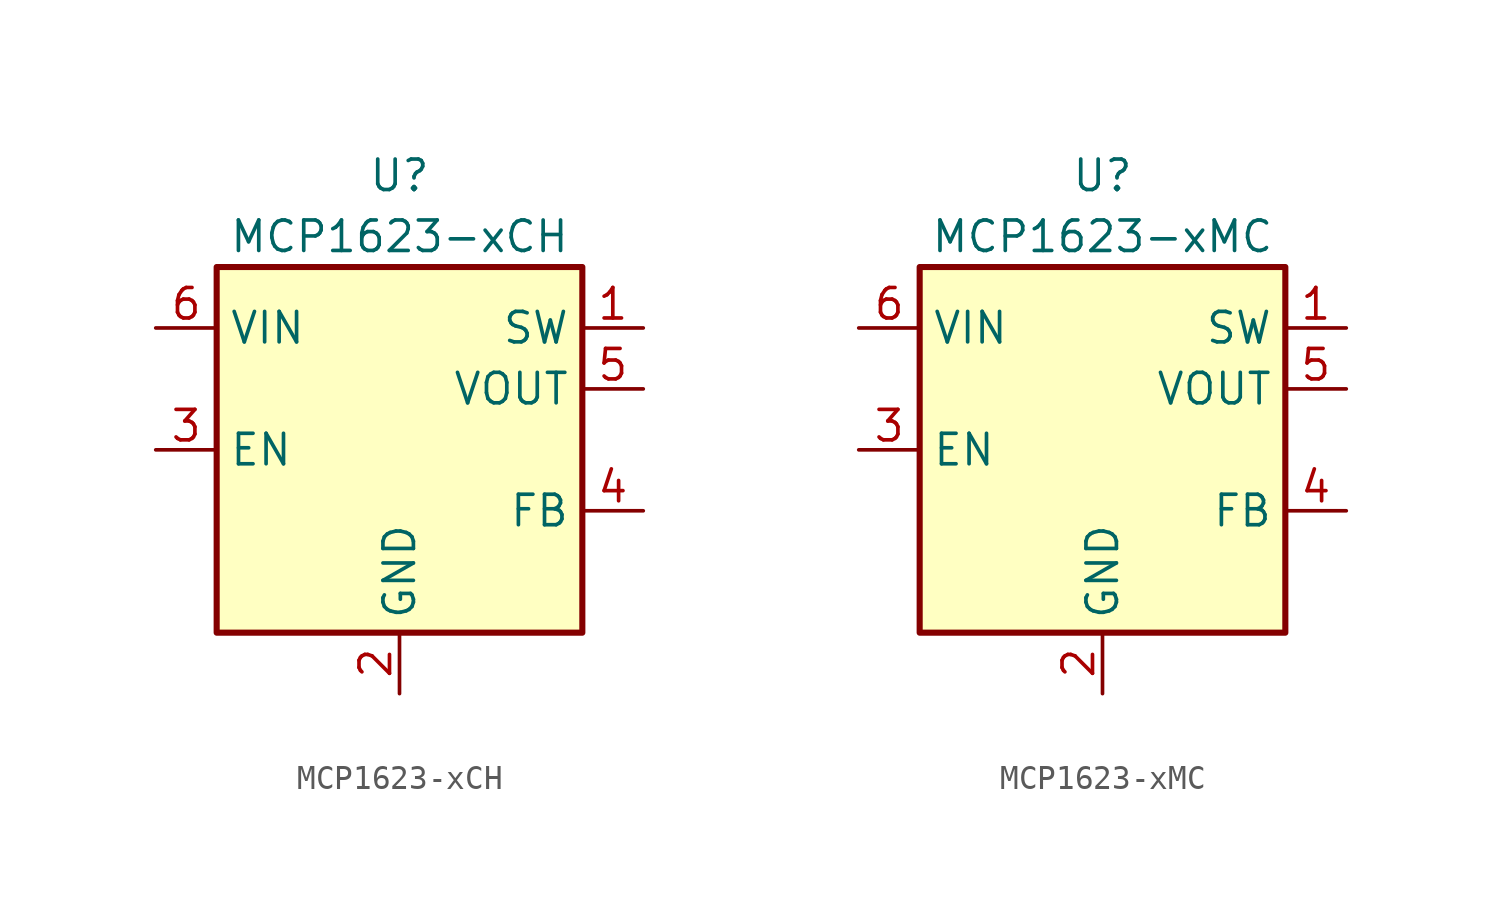
<source format=kicad_sym>
(kicad_symbol_lib
  (version 20211014)
  (generator kicad_symbol_editor)
  (symbol "MCP1623-xCH"
    (property "Reference" "U"
      (at 0 11.43 0)
      (effects (font (size 1.27 1.27))))
    (property "Value" "MCP1623-xCH"
      (at 0 8.89 0)
      (effects (font (size 1.27 1.27))))
    (symbol "MCP1623-xCH_0_1"
      (rectangle (start -7.62 7.62) (end 7.62 -7.62) (stroke (width 0.254) (type default) (color 0 0 0 0)) (fill (type background))))
    (symbol "MCP1623-xCH_1_1"
      (pin output line (at 10.16 5.08 180) (length 2.54) (name "SW" (effects (font (size 1.27 1.27)))) (number "1" (effects (font (size 1.27 1.27)))))
      (pin power_in line (at 0 -10.16 90) (length 2.54) (name "GND" (effects (font (size 1.27 1.27)))) (number "2" (effects (font (size 1.27 1.27)))))
      (pin input line (at -10.16 0 0) (length 2.54) (name "EN" (effects (font (size 1.27 1.27)))) (number "3" (effects (font (size 1.27 1.27)))))
      (pin input line (at 10.16 -2.54 180) (length 2.54) (name "FB" (effects (font (size 1.27 1.27)))) (number "4" (effects (font (size 1.27 1.27)))))
      (pin power_out line (at 10.16 2.54 180) (length 2.54) (name "VOUT" (effects (font (size 1.27 1.27)))) (number "5" (effects (font (size 1.27 1.27)))))
      (pin power_in line (at -10.16 5.08 0) (length 2.54) (name "VIN" (effects (font (size 1.27 1.27)))) (number "6" (effects (font (size 1.27 1.27)))))))
  (symbol "MCP1623-xMC"
    (property "Reference" "U"
      (at 0 11.43 0)
      (effects (font (size 1.27 1.27))))
    (property "Value" "MCP1623-xMC"
      (at 0 8.89 0)
      (effects (font (size 1.27 1.27))))
    (symbol "MCP1623-xMC_0_1"
      (rectangle (start -7.62 7.62) (end 7.62 -7.62) (stroke (width 0.254) (type default) (color 0 0 0 0)) (fill (type background))))
    (symbol "MCP1623-xMC_1_1"
      (pin output line (at 10.16 5.08 180) (length 2.54) (name "SW" (effects (font (size 1.27 1.27)))) (number "1" (effects (font (size 1.27 1.27)))))
      (pin power_in line (at 0 -10.16 90) (length 2.54) (name "GND" (effects (font (size 1.27 1.27)))) (number "2" (effects (font (size 1.27 1.27)))))
      (pin input line (at -10.16 0 0) (length 2.54) (name "EN" (effects (font (size 1.27 1.27)))) (number "3" (effects (font (size 1.27 1.27)))))
      (pin input line (at 10.16 -2.54 180) (length 2.54) (name "FB" (effects (font (size 1.27 1.27)))) (number "4" (effects (font (size 1.27 1.27)))))
      (pin power_out line (at 10.16 2.54 180) (length 2.54) (name "VOUT" (effects (font (size 1.27 1.27)))) (number "5" (effects (font (size 1.27 1.27)))))
      (pin power_in line (at -10.16 5.08 0) (length 2.54) (name "VIN" (effects (font (size 1.27 1.27)))) (number "6" (effects (font (size 1.27 1.27)))))
      (pin passive line (at 0 -10.16 90) (length 2.54) hide (name "GND" (effects (font (size 1.27 1.27)))) (number "9" (effects (font (size 1.27 1.27))))))))
</source>
